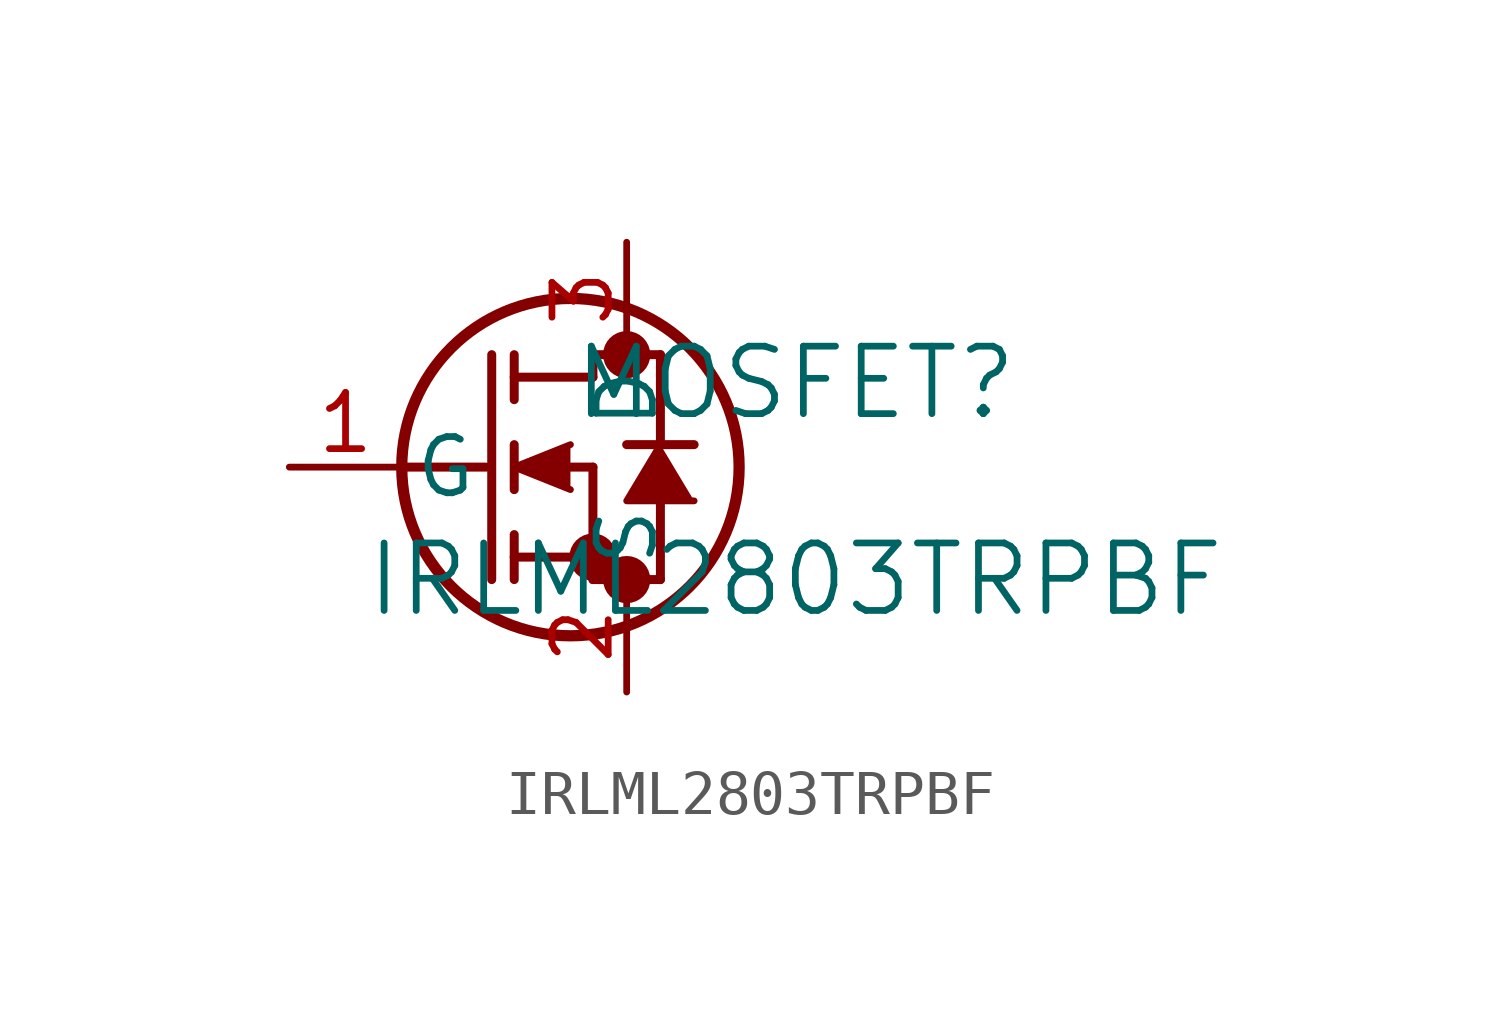
<source format=kicad_sym>
(kicad_symbol_lib
  (version 20211014)
  (generator kicad_symbol_editor)
  (symbol "IRLML2803TRPBF"
    (pin_names
      (offset 0.254))
    (property "Reference" "MOSFET"
      (at 11.43 1.905 0)
      (effects (font (size 1.524 1.524))))
    (property "Value" "IRLML2803TRPBF"
      (at 11.43 -2.54 0)
      (effects (font (size 1.524 1.524))))
    (symbol "IRLML2803TRPBF_0_1"
      (circle (center 7.62 2.54) (radius 0.025) (stroke (width 0.508) (type default) (color 0 0 0 0)) (fill (type none)))
      (circle (center 7.62 -2.54) (radius 0.025) (stroke (width 0.508) (type default) (color 0 0 0 0)) (fill (type none)))
      (circle (center 6.858 -2.032) (radius 0.025) (stroke (width 0.508) (type default) (color 0 0 0 0)) (fill (type none)))
      (circle (center 6.35 0) (radius 3.81) (stroke (width 0.254) (type default) (color 0 0 0 0)) (fill (type none)))
      (polyline (pts (xy 2.54 0) (xy 4.445 0)) (stroke (width 0.203) (type default) (color 0 0 0 0)) (fill (type none)))
      (polyline (pts (xy 4.572 -2.54) (xy 4.572 2.54)) (stroke (width 0.203) (type default) (color 0 0 0 0)) (fill (type none)))
      (polyline (pts (xy 5.08 -0.508) (xy 5.08 0.508)) (stroke (width 0.203) (type default) (color 0 0 0 0)) (fill (type none)))
      (polyline (pts (xy 5.08 -2.54) (xy 5.08 -1.524)) (stroke (width 0.203) (type default) (color 0 0 0 0)) (fill (type none)))
      (polyline (pts (xy 5.08 1.524) (xy 5.08 2.54)) (stroke (width 0.203) (type default) (color 0 0 0 0)) (fill (type none)))
      (polyline (pts (xy 6.35 0) (xy 6.858 0)) (stroke (width 0.203) (type default) (color 0 0 0 0)) (fill (type none)))
      (polyline (pts (xy 5.08 -2.032) (xy 6.858 -2.032)) (stroke (width 0.203) (type default) (color 0 0 0 0)) (fill (type none)))
      (polyline (pts (xy 6.858 -2.54) (xy 6.858 0)) (stroke (width 0.203) (type default) (color 0 0 0 0)) (fill (type none)))
      (polyline (pts (xy 6.858 -2.54) (xy 8.382 -2.54)) (stroke (width 0.203) (type default) (color 0 0 0 0)) (fill (type none)))
      (polyline (pts (xy 5.08 2.032) (xy 6.858 2.032)) (stroke (width 0.203) (type default) (color 0 0 0 0)) (fill (type none)))
      (polyline (pts (xy 8.382 0.508) (xy 8.382 2.54)) (stroke (width 0.203) (type default) (color 0 0 0 0)) (fill (type none)))
      (polyline (pts (xy 6.35 0.508) (xy 5.08 0) (xy 6.35 -0.508)) (stroke (width 0) (type default) (color 0 0 0 0)) (fill (type outline)))
      (polyline (pts (xy 9.144 -0.762) (xy 7.62 -0.762) (xy 8.382 0.508)) (stroke (width 0) (type default) (color 0 0 0 0)) (fill (type outline)))
      (polyline (pts (xy 8.382 -2.54) (xy 8.382 -0.762)) (stroke (width 0.203) (type default) (color 0 0 0 0)) (fill (type none)))
      (polyline (pts (xy 9.144 0.508) (xy 7.62 0.508)) (stroke (width 0.203) (type default) (color 0 0 0 0)) (fill (type none)))
      (polyline (pts (xy 6.858 2.54) (xy 8.382 2.54)) (stroke (width 0.203) (type default) (color 0 0 0 0)) (fill (type none)))
      (polyline (pts (xy 6.858 2.032) (xy 6.858 2.54)) (stroke (width 0.203) (type default) (color 0 0 0 0)) (fill (type none)))
      (pin unspecified line (at 0 0 0) (length 2.54) (name "G" (effects (font (size 1.27 1.27)))) (number "1" (effects (font (size 1.27 1.27)))))
      (pin unspecified line (at 7.62 -5.08 90) (length 2.54) (name "S" (effects (font (size 1.27 1.27)))) (number "2" (effects (font (size 1.27 1.27)))))
      (pin unspecified line (at 7.62 5.08 270) (length 2.54) (name "D" (effects (font (size 1.27 1.27)))) (number "3" (effects (font (size 1.27 1.27))))))))
</source>
